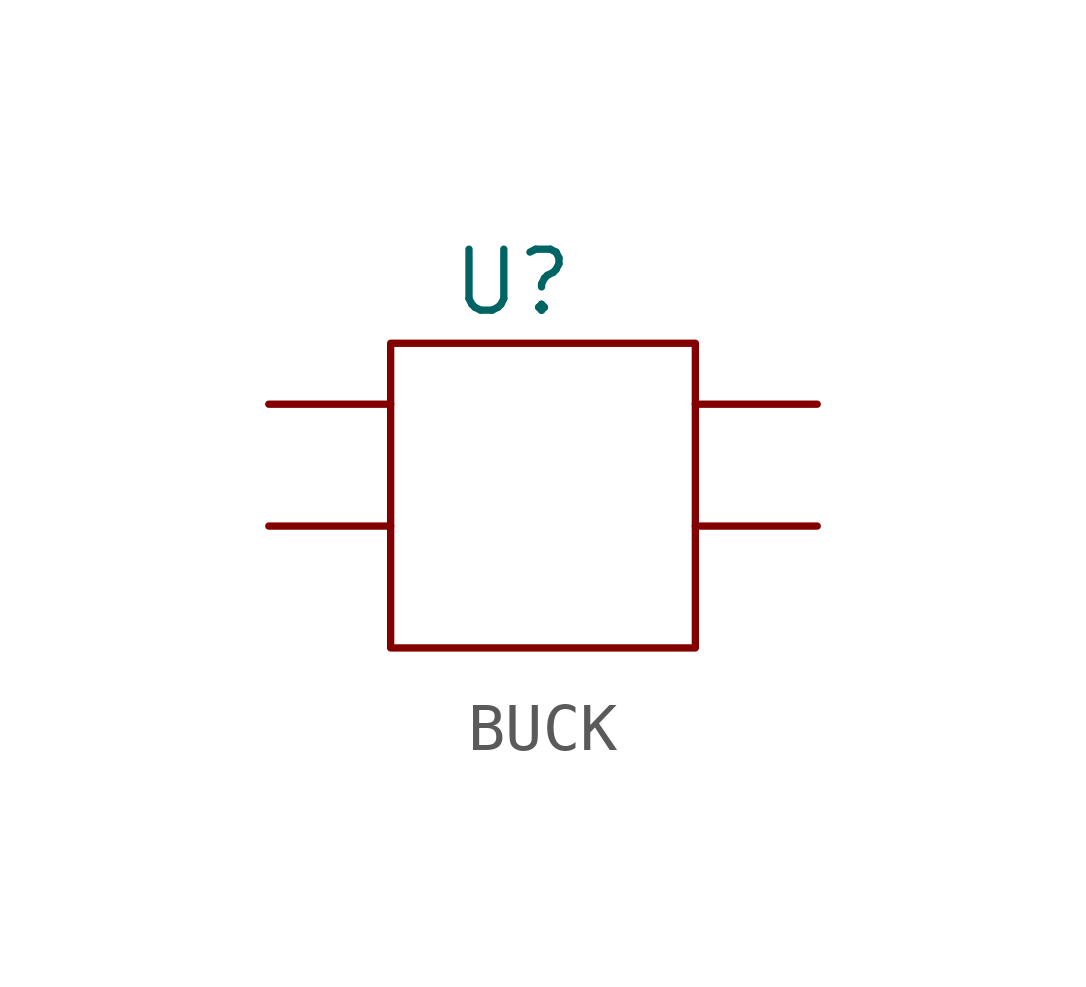
<source format=kicad_sym>
(kicad_symbol_lib
  (version 20231120)
  (generator "kicad_symbol_editor")
  (generator_version "8.0")
  (symbol "BUCK"
    (property "Reference" "U"
      (at 0 0 0)
      (effects (font (size 1.27 1.27))))
    (property "Value" ""
      (at 0 0 0)
      (effects (font (size 1.27 1.27))))
    (symbol "BUCK_0_1"
      (rectangle (start -2.54 -1.27) (end 3.81 -7.62) (stroke (width 0) (type default)) (fill (type none))))
    (symbol "BUCK_1_1"
      (pin input line (at -5.08 -5.08 0) (length 2.54) (name "" (effects (font (size 1.27 1.27)))) (number "" (effects (font (size 1.27 1.27)))))
      (pin input line (at -5.08 -2.54 0) (length 2.54) (name "" (effects (font (size 1.27 1.27)))) (number "" (effects (font (size 1.27 1.27)))))
      (pin output line (at 6.35 -5.08 180) (length 2.54) (name "" (effects (font (size 1.27 1.27)))) (number "" (effects (font (size 1.27 1.27)))))
      (pin output line (at 6.35 -2.54 180) (length 2.54) (name "" (effects (font (size 1.27 1.27)))) (number "" (effects (font (size 1.27 1.27))))))))
</source>
